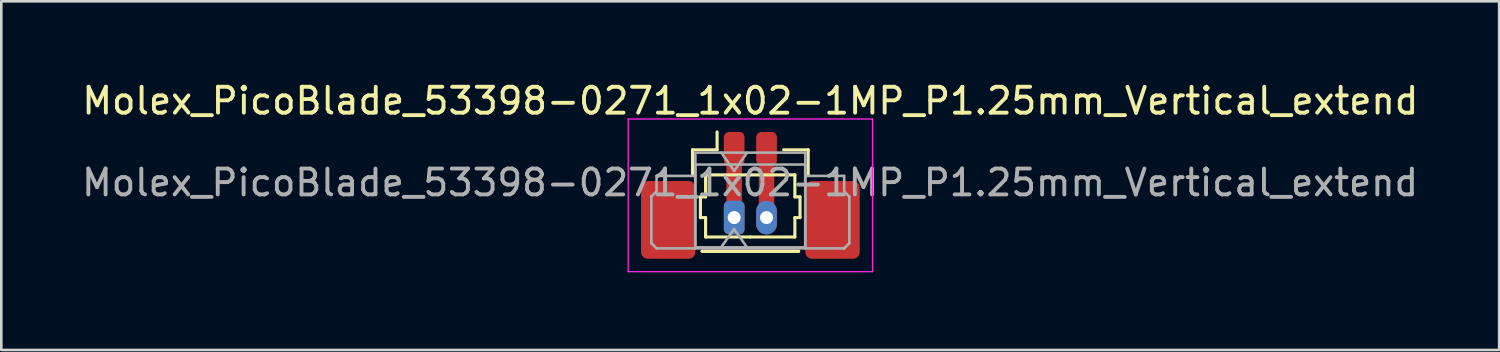
<source format=kicad_pcb>
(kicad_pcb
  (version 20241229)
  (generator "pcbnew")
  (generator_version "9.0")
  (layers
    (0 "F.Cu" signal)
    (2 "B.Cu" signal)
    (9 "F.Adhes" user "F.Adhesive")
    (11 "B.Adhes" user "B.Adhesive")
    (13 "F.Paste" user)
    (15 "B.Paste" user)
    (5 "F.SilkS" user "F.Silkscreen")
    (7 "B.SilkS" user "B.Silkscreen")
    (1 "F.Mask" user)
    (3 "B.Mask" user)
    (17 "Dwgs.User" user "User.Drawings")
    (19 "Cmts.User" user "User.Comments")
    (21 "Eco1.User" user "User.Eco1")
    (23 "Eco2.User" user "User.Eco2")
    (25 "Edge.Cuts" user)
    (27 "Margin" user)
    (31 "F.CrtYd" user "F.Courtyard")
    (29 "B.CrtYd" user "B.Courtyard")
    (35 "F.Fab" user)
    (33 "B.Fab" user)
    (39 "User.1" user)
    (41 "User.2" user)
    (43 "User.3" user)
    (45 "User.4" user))
  (footprint "Molex_PicoBlade_53398-0271_1x02-1MP_P1.25mm_Vertical_extend"
    (layer "F.Cu")
    (at 25.945 3.948)
    (property "Reference" "Molex_PicoBlade_53398-0271_1x02-1MP_P1.25mm_Vertical_extend" (at 0 -3.1 0) (layer "F.SilkS") (effects (font (size 1 1) (thickness 0.15))))
    (attr through_hole)
    (fp_line (start -0.625 -1.25) (end -0.625 1.41) (stroke (width 0.6) (type solid)) (layer "F.Cu"))
    (fp_line (start 0.625 -1.25) (end 0.625 1.41) (stroke (width 0.6) (type solid)) (layer "F.Cu"))
    (fp_line (start -2.235 -1.21) (end -1.285 -1.21) (stroke (width 0.12) (type solid)) (layer "F.SilkS"))
    (fp_line (start -2.235 -0.26) (end -2.235 -1.21) (stroke (width 0.12) (type solid)) (layer "F.SilkS"))
    (fp_line (start -1.93 0.61) (end -1.73 0.61) (stroke (width 0.12) (type solid)) (layer "F.SilkS"))
    (fp_line (start -1.93 1.41) (end -1.93 0.61) (stroke (width 0.12) (type solid)) (layer "F.SilkS"))
    (fp_line (start -1.865 2.71) (end 1.865 2.71) (stroke (width 0.12) (type solid)) (layer "F.SilkS"))
    (fp_line (start -1.865 2.71) (end 1.865 2.71) (stroke (width 0.12) (type solid)) (layer "F.SilkS"))
    (fp_line (start -1.73 -0.24) (end -0.005 -0.24) (stroke (width 0.12) (type solid)) (layer "F.SilkS"))
    (fp_line (start -1.73 0.61) (end -1.73 -0.24) (stroke (width 0.12) (type solid)) (layer "F.SilkS"))
    (fp_line (start -1.73 1.41) (end -1.93 1.41) (stroke (width 0.12) (type solid)) (layer "F.SilkS"))
    (fp_line (start -1.73 2.16) (end -1.73 1.41) (stroke (width 0.12) (type solid)) (layer "F.SilkS"))
    (fp_line (start -1.285 -1.21) (end -1.285 -1.9) (stroke (width 0.12) (type solid)) (layer "F.SilkS"))
    (fp_line (start -0.005 2.16) (end -1.73 2.16) (stroke (width 0.12) (type solid)) (layer "F.SilkS"))
    (fp_line (start -0.005 2.16) (end 1.72 2.16) (stroke (width 0.12) (type solid)) (layer "F.SilkS"))
    (fp_line (start 1.72 -0.24) (end -0.005 -0.24) (stroke (width 0.12) (type solid)) (layer "F.SilkS"))
    (fp_line (start 1.72 0.61) (end 1.72 -0.24) (stroke (width 0.12) (type solid)) (layer "F.SilkS"))
    (fp_line (start 1.72 1.41) (end 1.92 1.41) (stroke (width 0.12) (type solid)) (layer "F.SilkS"))
    (fp_line (start 1.72 2.16) (end 1.72 1.41) (stroke (width 0.12) (type solid)) (layer "F.SilkS"))
    (fp_line (start 1.92 0.61) (end 1.72 0.61) (stroke (width 0.12) (type solid)) (layer "F.SilkS"))
    (fp_line (start 1.92 1.41) (end 1.92 0.61) (stroke (width 0.12) (type solid)) (layer "F.SilkS"))
    (fp_line (start 2.235 -1.21) (end 1.285 -1.21) (stroke (width 0.12) (type solid)) (layer "F.SilkS"))
    (fp_line (start 2.235 -0.26) (end 2.235 -1.21) (stroke (width 0.12) (type solid)) (layer "F.SilkS"))
    (fp_line (start -4.72 -2.4) (end -4.72 3.5) (stroke (width 0.05) (type solid)) (layer "F.CrtYd"))
    (fp_line (start -4.72 3.5) (end 4.72 3.5) (stroke (width 0.05) (type solid)) (layer "F.CrtYd"))
    (fp_line (start 4.72 -2.4) (end -4.72 -2.4) (stroke (width 0.05) (type solid)) (layer "F.CrtYd"))
    (fp_line (start 4.72 3.5) (end 4.72 -2.4) (stroke (width 0.05) (type solid)) (layer "F.CrtYd"))
    (fp_line (start -3.825 0.6) (end -3.625 0.4) (stroke (width 0.1) (type solid)) (layer "F.Fab"))
    (fp_line (start -3.825 2.4) (end -3.825 0.6) (stroke (width 0.1) (type solid)) (layer "F.Fab"))
    (fp_line (start -3.625 -0.2) (end -2.125 -0.2) (stroke (width 0.1) (type solid)) (layer "F.Fab"))
    (fp_line (start -3.625 0.4) (end -3.625 -0.2) (stroke (width 0.1) (type solid)) (layer "F.Fab"))
    (fp_line (start -3.625 2.6) (end -3.825 2.4) (stroke (width 0.1) (type solid)) (layer "F.Fab"))
    (fp_line (start -2.13 -0.64) (end -2.13 2.56) (stroke (width 0.1) (type solid)) (layer "F.Fab"))
    (fp_line (start -2.13 2.56) (end 2.12 2.56) (stroke (width 0.1) (type solid)) (layer "F.Fab"))
    (fp_line (start -2.125 -1.1) (end -2.125 2.6) (stroke (width 0.1) (type solid)) (layer "F.Fab"))
    (fp_line (start -2.125 -1.1) (end 2.125 -1.1) (stroke (width 0.1) (type solid)) (layer "F.Fab"))
    (fp_line (start -2.125 2.6) (end -3.625 2.6) (stroke (width 0.1) (type solid)) (layer "F.Fab"))
    (fp_line (start -2.125 2.6) (end 2.125 2.6) (stroke (width 0.1) (type solid)) (layer "F.Fab"))
    (fp_line (start -1.13 2.56) (end -0.63 1.853) (stroke (width 0.1) (type solid)) (layer "F.Fab"))
    (fp_line (start -1.125 -1.1) (end -0.625 -0.393) (stroke (width 0.1) (type solid)) (layer "F.Fab"))
    (fp_line (start -0.63 1.853) (end -0.13 2.56) (stroke (width 0.1) (type solid)) (layer "F.Fab"))
    (fp_line (start -0.625 -0.393) (end -0.125 -1.1) (stroke (width 0.1) (type solid)) (layer "F.Fab"))
    (fp_line (start 2.12 -0.64) (end -2.13 -0.64) (stroke (width 0.1) (type solid)) (layer "F.Fab"))
    (fp_line (start 2.12 2.56) (end 2.12 -0.64) (stroke (width 0.1) (type solid)) (layer "F.Fab"))
    (fp_line (start 2.125 -1.1) (end 2.125 2.6) (stroke (width 0.1) (type solid)) (layer "F.Fab"))
    (fp_line (start 2.125 2.6) (end 3.625 2.6) (stroke (width 0.1) (type solid)) (layer "F.Fab"))
    (fp_line (start 3.625 -0.2) (end 2.125 -0.2) (stroke (width 0.1) (type solid)) (layer "F.Fab"))
    (fp_line (start 3.625 0.4) (end 3.625 -0.2) (stroke (width 0.1) (type solid)) (layer "F.Fab"))
    (fp_line (start 3.625 2.6) (end 3.825 2.4) (stroke (width 0.1) (type solid)) (layer "F.Fab"))
    (fp_line (start 3.825 0.6) (end 3.625 0.4) (stroke (width 0.1) (type solid)) (layer "F.Fab"))
    (fp_line (start 3.825 2.4) (end 3.825 0.6) (stroke (width 0.1) (type solid)) (layer "F.Fab"))
    (fp_text user "${REFERENCE}" (at -0.01 0.06 0) (layer "F.Fab") (effects (font (size 1 1) (thickness 0.15))))
    (pad "1" smd roundrect (at -0.625 -1.25) (size 0.8 1.3) (layers "F.Cu" "F.Mask" "F.Paste") (roundrect_rratio 0.25))
    (pad "1" thru_hole roundrect (at -0.625 1.41) (size 0.8 1.3) (drill 0.5) (layers "*.Cu" "*.Mask") (roundrect_rratio 0.25))
    (pad "2" smd roundrect (at 0.625 -1.25) (size 0.8 1.3) (layers "F.Cu" "F.Mask" "F.Paste") (roundrect_rratio 0.25))
    (pad "2" thru_hole oval (at 0.625 1.41) (size 0.8 1.3) (drill 0.5) (layers "*.Cu" "*.Mask"))
    (pad "MP" smd roundrect (at -3.175 1.5) (size 2.1 3) (layers "F.Cu" "F.Mask" "F.Paste") (roundrect_rratio 0.119))
    (pad "MP" smd roundrect (at 3.175 1.5) (size 2.1 3) (layers "F.Cu" "F.Mask" "F.Paste") (roundrect_rratio 0.119)))
  (gr_rect
    (start -3 -3)
    (end 54.879 10.473)
    (stroke (width 0.1) (type default))
    (fill no)
    (layer "Edge.Cuts")))
</source>
